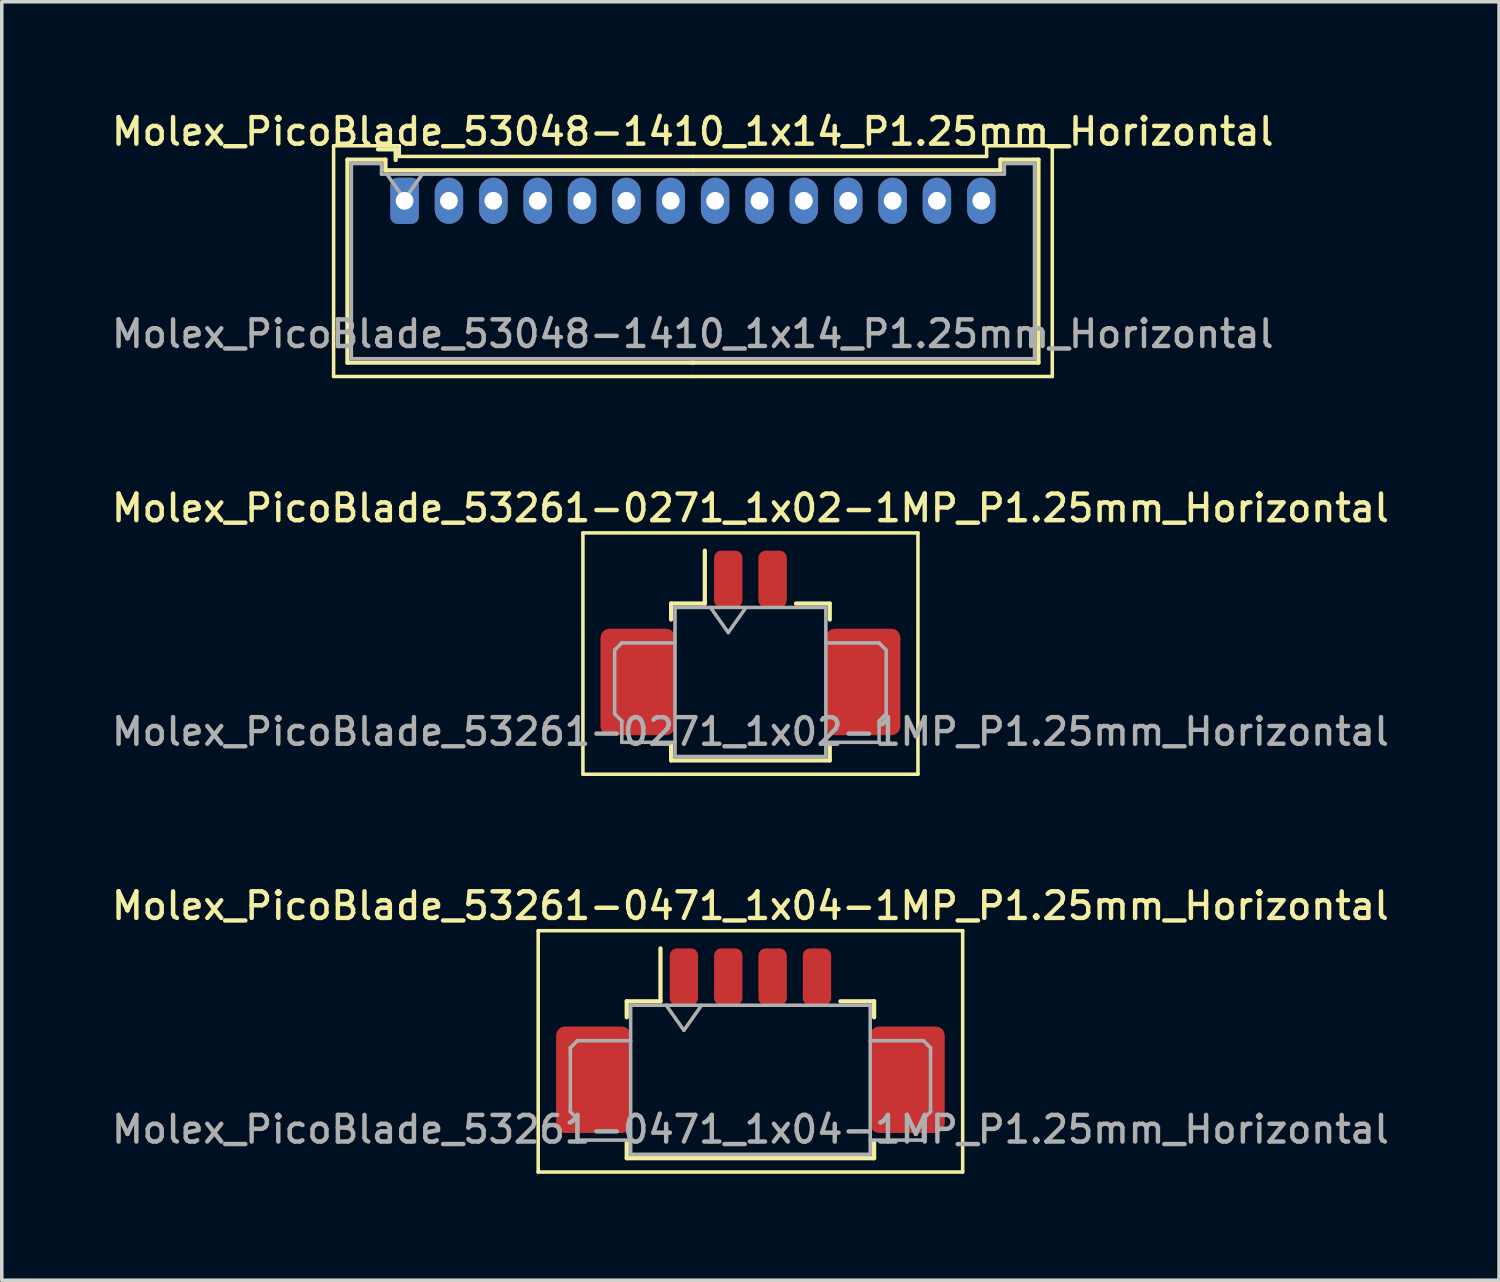
<source format=kicad_pcb>
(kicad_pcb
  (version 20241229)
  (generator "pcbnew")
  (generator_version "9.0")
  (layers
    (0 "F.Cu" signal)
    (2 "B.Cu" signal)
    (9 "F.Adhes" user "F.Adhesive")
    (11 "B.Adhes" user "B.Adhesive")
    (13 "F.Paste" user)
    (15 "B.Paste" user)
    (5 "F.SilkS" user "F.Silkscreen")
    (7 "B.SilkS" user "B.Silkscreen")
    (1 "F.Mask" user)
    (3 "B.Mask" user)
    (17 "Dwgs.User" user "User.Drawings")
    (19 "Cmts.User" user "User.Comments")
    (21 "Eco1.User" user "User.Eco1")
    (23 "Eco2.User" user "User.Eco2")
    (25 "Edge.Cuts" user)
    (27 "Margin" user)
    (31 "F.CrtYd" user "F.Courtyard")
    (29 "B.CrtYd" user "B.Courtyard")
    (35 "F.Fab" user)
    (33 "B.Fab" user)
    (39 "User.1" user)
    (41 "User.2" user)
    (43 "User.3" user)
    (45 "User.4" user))
  (footprint "Molex_PicoBlade_53261-0471_1x04-1MP_P1.25mm_Horizontal"
    (layer "F.Cu")
    (at 18.095 26.874)
    (property "Reference" "Molex_PicoBlade_53261-0471_1x04-1MP_P1.25mm_Horizontal" (at 0 -4.4 0) (layer "F.SilkS") (effects (font (size 0.75 0.75) (thickness 0.125))))
    (attr smd)
    (fp_line (start -5.98 -3.7) (end -5.98 3.1) (stroke (width 0.1) (type solid)) (layer "F.SilkS"))
    (fp_line (start -5.98 3.1) (end 5.98 3.1) (stroke (width 0.1) (type solid)) (layer "F.SilkS"))
    (fp_line (start -3.485 -1.71) (end -2.535 -1.71) (stroke (width 0.12) (type solid)) (layer "F.SilkS"))
    (fp_line (start -3.485 -1.26) (end -3.485 -1.71) (stroke (width 0.12) (type solid)) (layer "F.SilkS"))
    (fp_line (start -3.485 2.26) (end -3.485 2.71) (stroke (width 0.12) (type solid)) (layer "F.SilkS"))
    (fp_line (start -3.485 2.71) (end 3.485 2.71) (stroke (width 0.12) (type solid)) (layer "F.SilkS"))
    (fp_line (start -2.535 -1.71) (end -2.535 -3.2) (stroke (width 0.12) (type solid)) (layer "F.SilkS"))
    (fp_line (start 3.485 -1.71) (end 2.535 -1.71) (stroke (width 0.12) (type solid)) (layer "F.SilkS"))
    (fp_line (start 3.485 -1.26) (end 3.485 -1.71) (stroke (width 0.12) (type solid)) (layer "F.SilkS"))
    (fp_line (start 3.485 2.71) (end 3.485 2.26) (stroke (width 0.12) (type solid)) (layer "F.SilkS"))
    (fp_line (start 5.98 -3.7) (end -5.98 -3.7) (stroke (width 0.1) (type solid)) (layer "F.SilkS"))
    (fp_line (start 5.98 3.1) (end 5.98 -3.7) (stroke (width 0.1) (type solid)) (layer "F.SilkS"))
    (fp_line (start -5.075 -0.4) (end -5.075 1.4) (stroke (width 0.1) (type solid)) (layer "F.Fab"))
    (fp_line (start -5.075 1.4) (end -4.875 1.6) (stroke (width 0.1) (type solid)) (layer "F.Fab"))
    (fp_line (start -4.875 -0.6) (end -5.075 -0.4) (stroke (width 0.1) (type solid)) (layer "F.Fab"))
    (fp_line (start -4.875 1.6) (end -4.875 2.2) (stroke (width 0.1) (type solid)) (layer "F.Fab"))
    (fp_line (start -4.875 2.2) (end -3.375 2.2) (stroke (width 0.1) (type solid)) (layer "F.Fab"))
    (fp_line (start -3.375 -1.6) (end -3.375 2.6) (stroke (width 0.1) (type solid)) (layer "F.Fab"))
    (fp_line (start -3.375 -1.6) (end 3.375 -1.6) (stroke (width 0.1) (type solid)) (layer "F.Fab"))
    (fp_line (start -3.375 -0.6) (end -4.875 -0.6) (stroke (width 0.1) (type solid)) (layer "F.Fab"))
    (fp_line (start -3.375 2.6) (end 3.375 2.6) (stroke (width 0.1) (type solid)) (layer "F.Fab"))
    (fp_line (start -2.375 -1.6) (end -1.875 -0.893) (stroke (width 0.1) (type solid)) (layer "F.Fab"))
    (fp_line (start -1.875 -0.893) (end -1.375 -1.6) (stroke (width 0.1) (type solid)) (layer "F.Fab"))
    (fp_line (start 3.375 -1.6) (end 3.375 2.6) (stroke (width 0.1) (type solid)) (layer "F.Fab"))
    (fp_line (start 3.375 -0.6) (end 4.875 -0.6) (stroke (width 0.1) (type solid)) (layer "F.Fab"))
    (fp_line (start 4.875 -0.6) (end 5.075 -0.4) (stroke (width 0.1) (type solid)) (layer "F.Fab"))
    (fp_line (start 4.875 1.6) (end 4.875 2.2) (stroke (width 0.1) (type solid)) (layer "F.Fab"))
    (fp_line (start 4.875 2.2) (end 3.375 2.2) (stroke (width 0.1) (type solid)) (layer "F.Fab"))
    (fp_line (start 5.075 -0.4) (end 5.075 1.4) (stroke (width 0.1) (type solid)) (layer "F.Fab"))
    (fp_line (start 5.075 1.4) (end 4.875 1.6) (stroke (width 0.1) (type solid)) (layer "F.Fab"))
    (fp_text user "${REFERENCE}" (at 0 1.9 0) (layer "F.Fab") (effects (font (size 0.75 0.75) (thickness 0.125))))
    (pad "1" smd roundrect (at -1.875 -2.4) (size 0.8 1.6) (layers "F.Cu" "F.Mask" "F.Paste") (roundrect_rratio 0.25))
    (pad "2" smd roundrect (at -0.625 -2.4) (size 0.8 1.6) (layers "F.Cu" "F.Mask" "F.Paste") (roundrect_rratio 0.25))
    (pad "3" smd roundrect (at 0.625 -2.4) (size 0.8 1.6) (layers "F.Cu" "F.Mask" "F.Paste") (roundrect_rratio 0.25))
    (pad "4" smd roundrect (at 1.875 -2.4) (size 0.8 1.6) (layers "F.Cu" "F.Mask" "F.Paste") (roundrect_rratio 0.25))
    (pad "MP" smd roundrect (at -4.425 0.5) (size 2.1 3) (layers "F.Cu" "F.Mask" "F.Paste") (roundrect_rratio 0.119))
    (pad "MP" smd roundrect (at 4.425 0.5) (size 2.1 3) (layers "F.Cu" "F.Mask" "F.Paste") (roundrect_rratio 0.119)))
  (footprint "Molex_PicoBlade_53048-1410_1x14_P1.25mm_Horizontal"
    (layer "F.Cu")
    (at 8.35 2.608)
    (property "Reference" "Molex_PicoBlade_53048-1410_1x14_P1.25mm_Horizontal" (at 8.12 -1.95 0) (layer "F.SilkS") (effects (font (size 0.75 0.75) (thickness 0.125))))
    (attr through_hole)
    (fp_line (start -2 -1.55) (end -2 4.95) (stroke (width 0.1) (type solid)) (layer "F.SilkS"))
    (fp_line (start -2 4.95) (end 8.12 4.95) (stroke (width 0.1) (type solid)) (layer "F.SilkS"))
    (fp_line (start -1.61 -1.16) (end -1.61 4.56) (stroke (width 0.12) (type solid)) (layer "F.SilkS"))
    (fp_line (start -1.61 4.56) (end 8.125 4.56) (stroke (width 0.12) (type solid)) (layer "F.SilkS"))
    (fp_line (start -0.54 -1.16) (end -1.61 -1.16) (stroke (width 0.12) (type solid)) (layer "F.SilkS"))
    (fp_line (start -0.54 -0.86) (end -0.54 -1.16) (stroke (width 0.12) (type solid)) (layer "F.SilkS"))
    (fp_line (start -0.25 -1.45) (end -0.75 -1.45) (stroke (width 0.12) (type solid)) (layer "F.SilkS"))
    (fp_line (start -0.25 -1.15) (end -0.25 -1.45) (stroke (width 0.12) (type solid)) (layer "F.SilkS"))
    (fp_line (start -0.15 -1.55) (end -2 -1.55) (stroke (width 0.1) (type solid)) (layer "F.SilkS"))
    (fp_line (start -0.15 -1.25) (end -0.15 -1.55) (stroke (width 0.1) (type solid)) (layer "F.SilkS"))
    (fp_line (start 8.12 -1.25) (end -0.15 -1.25) (stroke (width 0.1) (type solid)) (layer "F.SilkS"))
    (fp_line (start 8.125 -0.86) (end -0.54 -0.86) (stroke (width 0.12) (type solid)) (layer "F.SilkS"))
    (fp_line (start 8.125 -0.86) (end 16.79 -0.86) (stroke (width 0.12) (type solid)) (layer "F.SilkS"))
    (fp_line (start 8.13 -1.25) (end 16.4 -1.25) (stroke (width 0.1) (type solid)) (layer "F.SilkS"))
    (fp_line (start 16.4 -1.55) (end 18.25 -1.55) (stroke (width 0.1) (type solid)) (layer "F.SilkS"))
    (fp_line (start 16.4 -1.25) (end 16.4 -1.55) (stroke (width 0.1) (type solid)) (layer "F.SilkS"))
    (fp_line (start 16.79 -1.16) (end 17.86 -1.16) (stroke (width 0.12) (type solid)) (layer "F.SilkS"))
    (fp_line (start 16.79 -0.86) (end 16.79 -1.16) (stroke (width 0.12) (type solid)) (layer "F.SilkS"))
    (fp_line (start 17.86 -1.16) (end 17.86 4.56) (stroke (width 0.12) (type solid)) (layer "F.SilkS"))
    (fp_line (start 17.86 4.56) (end 8.125 4.56) (stroke (width 0.12) (type solid)) (layer "F.SilkS"))
    (fp_line (start 18.25 -1.55) (end 18.25 4.95) (stroke (width 0.1) (type solid)) (layer "F.SilkS"))
    (fp_line (start 18.25 4.95) (end 8.13 4.95) (stroke (width 0.1) (type solid)) (layer "F.SilkS"))
    (fp_line (start -1.5 -1.05) (end -1.5 4.45) (stroke (width 0.1) (type solid)) (layer "F.Fab"))
    (fp_line (start -1.5 4.45) (end 8.125 4.45) (stroke (width 0.1) (type solid)) (layer "F.Fab"))
    (fp_line (start -0.65 -1.05) (end -1.5 -1.05) (stroke (width 0.1) (type solid)) (layer "F.Fab"))
    (fp_line (start -0.65 -0.75) (end -0.65 -1.05) (stroke (width 0.1) (type solid)) (layer "F.Fab"))
    (fp_line (start -0.5 -0.75) (end 0 -0.043) (stroke (width 0.1) (type solid)) (layer "F.Fab"))
    (fp_line (start 0 -0.043) (end 0.5 -0.75) (stroke (width 0.1) (type solid)) (layer "F.Fab"))
    (fp_line (start 8.125 -0.75) (end -0.65 -0.75) (stroke (width 0.1) (type solid)) (layer "F.Fab"))
    (fp_line (start 8.125 -0.75) (end 16.9 -0.75) (stroke (width 0.1) (type solid)) (layer "F.Fab"))
    (fp_line (start 16.9 -1.05) (end 17.75 -1.05) (stroke (width 0.1) (type solid)) (layer "F.Fab"))
    (fp_line (start 16.9 -0.75) (end 16.9 -1.05) (stroke (width 0.1) (type solid)) (layer "F.Fab"))
    (fp_line (start 17.75 -1.05) (end 17.75 4.45) (stroke (width 0.1) (type solid)) (layer "F.Fab"))
    (fp_line (start 17.75 4.45) (end 8.125 4.45) (stroke (width 0.1) (type solid)) (layer "F.Fab"))
    (fp_text user "${REFERENCE}" (at 8.12 3.75 0) (layer "F.Fab") (effects (font (size 0.75 0.75) (thickness 0.125))))
    (pad "1" thru_hole roundrect (at 0 0) (size 0.8 1.3) (drill 0.5) (layers "*.Cu" "*.Mask") (roundrect_rratio 0.25))
    (pad "2" thru_hole oval (at 1.25 0) (size 0.8 1.3) (drill 0.5) (layers "*.Cu" "*.Mask"))
    (pad "3" thru_hole oval (at 2.5 0) (size 0.8 1.3) (drill 0.5) (layers "*.Cu" "*.Mask"))
    (pad "4" thru_hole oval (at 3.75 0) (size 0.8 1.3) (drill 0.5) (layers "*.Cu" "*.Mask"))
    (pad "5" thru_hole oval (at 5 0) (size 0.8 1.3) (drill 0.5) (layers "*.Cu" "*.Mask"))
    (pad "6" thru_hole oval (at 6.25 0) (size 0.8 1.3) (drill 0.5) (layers "*.Cu" "*.Mask"))
    (pad "7" thru_hole oval (at 7.5 0) (size 0.8 1.3) (drill 0.5) (layers "*.Cu" "*.Mask"))
    (pad "8" thru_hole oval (at 8.75 0) (size 0.8 1.3) (drill 0.5) (layers "*.Cu" "*.Mask"))
    (pad "9" thru_hole oval (at 10 0) (size 0.8 1.3) (drill 0.5) (layers "*.Cu" "*.Mask"))
    (pad "10" thru_hole oval (at 11.25 0) (size 0.8 1.3) (drill 0.5) (layers "*.Cu" "*.Mask"))
    (pad "11" thru_hole oval (at 12.5 0) (size 0.8 1.3) (drill 0.5) (layers "*.Cu" "*.Mask"))
    (pad "12" thru_hole oval (at 13.75 0) (size 0.8 1.3) (drill 0.5) (layers "*.Cu" "*.Mask"))
    (pad "13" thru_hole oval (at 15 0) (size 0.8 1.3) (drill 0.5) (layers "*.Cu" "*.Mask"))
    (pad "14" thru_hole oval (at 16.25 0) (size 0.8 1.3) (drill 0.5) (layers "*.Cu" "*.Mask")))
  (footprint "Molex_PicoBlade_53261-0271_1x02-1MP_P1.25mm_Horizontal"
    (layer "F.Cu")
    (at 18.095 15.666)
    (property "Reference" "Molex_PicoBlade_53261-0271_1x02-1MP_P1.25mm_Horizontal" (at 0 -4.4 0) (layer "F.SilkS") (effects (font (size 0.75 0.75) (thickness 0.125))))
    (attr smd)
    (fp_line (start -4.72 -3.7) (end -4.72 3.1) (stroke (width 0.1) (type solid)) (layer "F.SilkS"))
    (fp_line (start -4.72 3.1) (end 4.72 3.1) (stroke (width 0.1) (type solid)) (layer "F.SilkS"))
    (fp_line (start -2.235 -1.71) (end -1.285 -1.71) (stroke (width 0.12) (type solid)) (layer "F.SilkS"))
    (fp_line (start -2.235 -1.26) (end -2.235 -1.71) (stroke (width 0.12) (type solid)) (layer "F.SilkS"))
    (fp_line (start -2.235 2.26) (end -2.235 2.71) (stroke (width 0.12) (type solid)) (layer "F.SilkS"))
    (fp_line (start -2.235 2.71) (end 2.235 2.71) (stroke (width 0.12) (type solid)) (layer "F.SilkS"))
    (fp_line (start -1.285 -1.71) (end -1.285 -3.2) (stroke (width 0.12) (type solid)) (layer "F.SilkS"))
    (fp_line (start 2.235 -1.71) (end 1.285 -1.71) (stroke (width 0.12) (type solid)) (layer "F.SilkS"))
    (fp_line (start 2.235 -1.26) (end 2.235 -1.71) (stroke (width 0.12) (type solid)) (layer "F.SilkS"))
    (fp_line (start 2.235 2.71) (end 2.235 2.26) (stroke (width 0.12) (type solid)) (layer "F.SilkS"))
    (fp_line (start 4.72 -3.7) (end -4.72 -3.7) (stroke (width 0.1) (type solid)) (layer "F.SilkS"))
    (fp_line (start 4.72 3.1) (end 4.72 -3.7) (stroke (width 0.1) (type solid)) (layer "F.SilkS"))
    (fp_line (start -3.825 -0.4) (end -3.825 1.4) (stroke (width 0.1) (type solid)) (layer "F.Fab"))
    (fp_line (start -3.825 1.4) (end -3.625 1.6) (stroke (width 0.1) (type solid)) (layer "F.Fab"))
    (fp_line (start -3.625 -0.6) (end -3.825 -0.4) (stroke (width 0.1) (type solid)) (layer "F.Fab"))
    (fp_line (start -3.625 1.6) (end -3.625 2.2) (stroke (width 0.1) (type solid)) (layer "F.Fab"))
    (fp_line (start -3.625 2.2) (end -2.125 2.2) (stroke (width 0.1) (type solid)) (layer "F.Fab"))
    (fp_line (start -2.125 -1.6) (end -2.125 2.6) (stroke (width 0.1) (type solid)) (layer "F.Fab"))
    (fp_line (start -2.125 -1.6) (end 2.125 -1.6) (stroke (width 0.1) (type solid)) (layer "F.Fab"))
    (fp_line (start -2.125 -0.6) (end -3.625 -0.6) (stroke (width 0.1) (type solid)) (layer "F.Fab"))
    (fp_line (start -2.125 2.6) (end 2.125 2.6) (stroke (width 0.1) (type solid)) (layer "F.Fab"))
    (fp_line (start -1.125 -1.6) (end -0.625 -0.893) (stroke (width 0.1) (type solid)) (layer "F.Fab"))
    (fp_line (start -0.625 -0.893) (end -0.125 -1.6) (stroke (width 0.1) (type solid)) (layer "F.Fab"))
    (fp_line (start 2.125 -1.6) (end 2.125 2.6) (stroke (width 0.1) (type solid)) (layer "F.Fab"))
    (fp_line (start 2.125 -0.6) (end 3.625 -0.6) (stroke (width 0.1) (type solid)) (layer "F.Fab"))
    (fp_line (start 3.625 -0.6) (end 3.825 -0.4) (stroke (width 0.1) (type solid)) (layer "F.Fab"))
    (fp_line (start 3.625 1.6) (end 3.625 2.2) (stroke (width 0.1) (type solid)) (layer "F.Fab"))
    (fp_line (start 3.625 2.2) (end 2.125 2.2) (stroke (width 0.1) (type solid)) (layer "F.Fab"))
    (fp_line (start 3.825 -0.4) (end 3.825 1.4) (stroke (width 0.1) (type solid)) (layer "F.Fab"))
    (fp_line (start 3.825 1.4) (end 3.625 1.6) (stroke (width 0.1) (type solid)) (layer "F.Fab"))
    (fp_text user "${REFERENCE}" (at 0 1.9 0) (layer "F.Fab") (effects (font (size 0.75 0.75) (thickness 0.125))))
    (pad "1" smd roundrect (at -0.625 -2.4) (size 0.8 1.6) (layers "F.Cu" "F.Mask" "F.Paste") (roundrect_rratio 0.25))
    (pad "2" smd roundrect (at 0.625 -2.4) (size 0.8 1.6) (layers "F.Cu" "F.Mask" "F.Paste") (roundrect_rratio 0.25))
    (pad "MP" smd roundrect (at -3.175 0.5) (size 2.1 3) (layers "F.Cu" "F.Mask" "F.Paste") (roundrect_rratio 0.119))
    (pad "MP" smd roundrect (at 3.175 0.5) (size 2.1 3) (layers "F.Cu" "F.Mask" "F.Paste") (roundrect_rratio 0.119)))
  (gr_rect
    (start -3 -3)
    (end 39.189 33.024)
    (stroke (width 0.1) (type default))
    (fill no)
    (layer "Edge.Cuts")))
</source>
